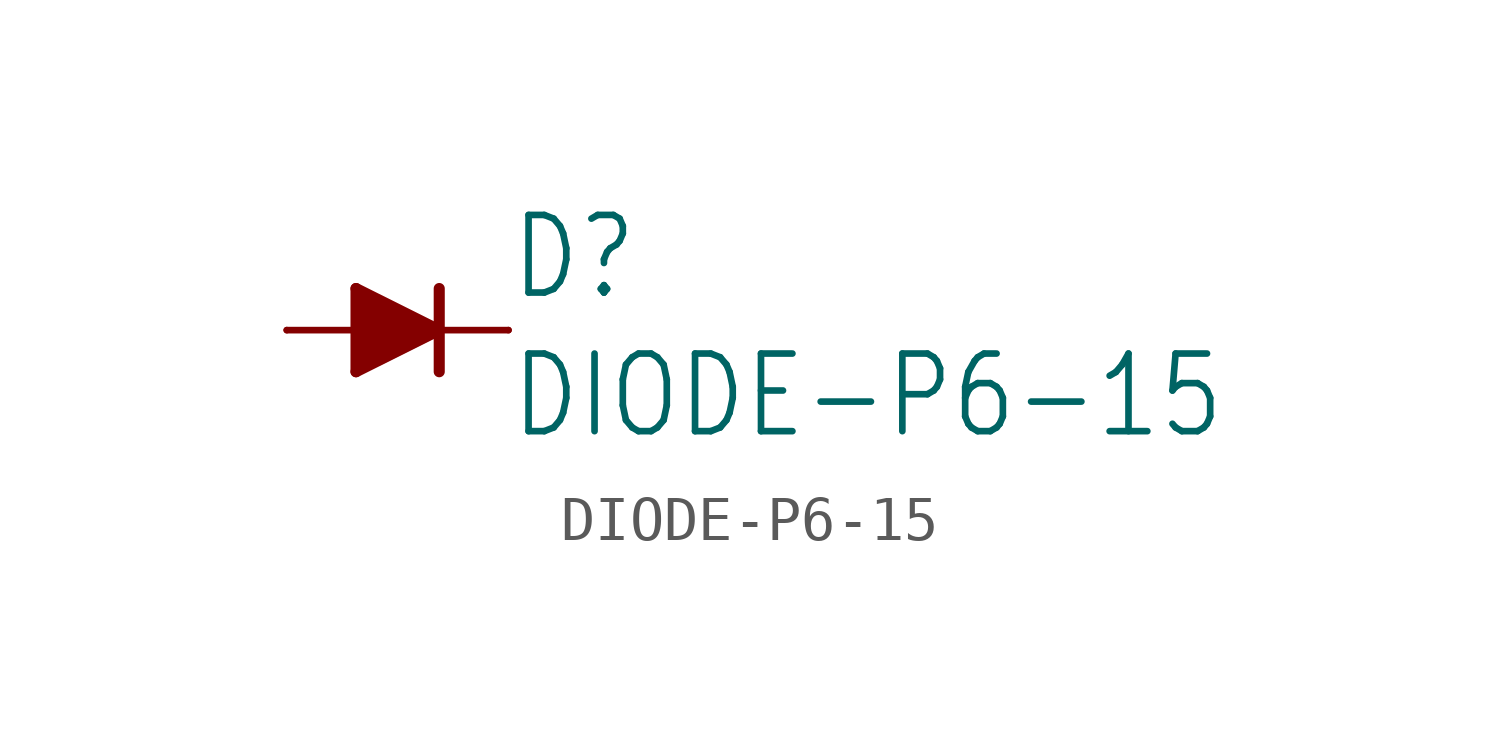
<source format=kicad_sym>
(kicad_symbol_lib
  (version 20211014)
  (generator kicad_symbol_editor)
  (symbol "DIODE-P6-15"
    (property "Reference" "D"
      (at 2.54 0.635 0)
      (effects (font (size 1.778 1.511)) (justify left bottom)))
    (property "Value" "DIODE-P6-15"
      (at 2.54 -2.54 0)
      (effects (font (size 1.778 1.511)) (justify left bottom)))
    (property "ki_locked" ""
      (at 0 0 0)
      (effects (font (size 1.27 1.27))))
    (symbol "DIODE-P6-15_1_0"
      (polyline (pts (xy -0.953 -0.953) (xy 0.953 0)) (stroke (width 0.254) (type default) (color 0 0 0 0)) (fill (type none)))
      (polyline (pts (xy -0.953 0) (xy -2.54 0)) (stroke (width 0.152) (type default) (color 0 0 0 0)) (fill (type none)))
      (polyline (pts (xy -0.953 0) (xy -0.953 -0.953)) (stroke (width 0.254) (type default) (color 0 0 0 0)) (fill (type none)))
      (polyline (pts (xy -0.953 0.953) (xy -0.953 0)) (stroke (width 0.254) (type default) (color 0 0 0 0)) (fill (type none)))
      (polyline (pts (xy 0.953 0) (xy -0.953 0.953)) (stroke (width 0.254) (type default) (color 0 0 0 0)) (fill (type none)))
      (polyline (pts (xy 0.953 0) (xy 0.953 -0.953)) (stroke (width 0.254) (type default) (color 0 0 0 0)) (fill (type none)))
      (polyline (pts (xy 0.953 0) (xy 2.54 0)) (stroke (width 0.152) (type default) (color 0 0 0 0)) (fill (type none)))
      (polyline (pts (xy 0.953 0.953) (xy 0.953 0)) (stroke (width 0.254) (type default) (color 0 0 0 0)) (fill (type none)))
      (polyline (pts (xy -0.953 0.953) (xy 0.953 0) (xy -0.953 -0.953)) (stroke (width 0) (type default) (color 0 0 0 0)) (fill (type outline)))
      (pin passive line (at -2.54 0 0) (length 0) (name "A" (effects (font (size 0 0)))) (number "A" (effects (font (size 0 0)))))
      (pin passive line (at 2.54 0 180) (length 0) (name "C" (effects (font (size 0 0)))) (number "C" (effects (font (size 0 0))))))))
</source>
